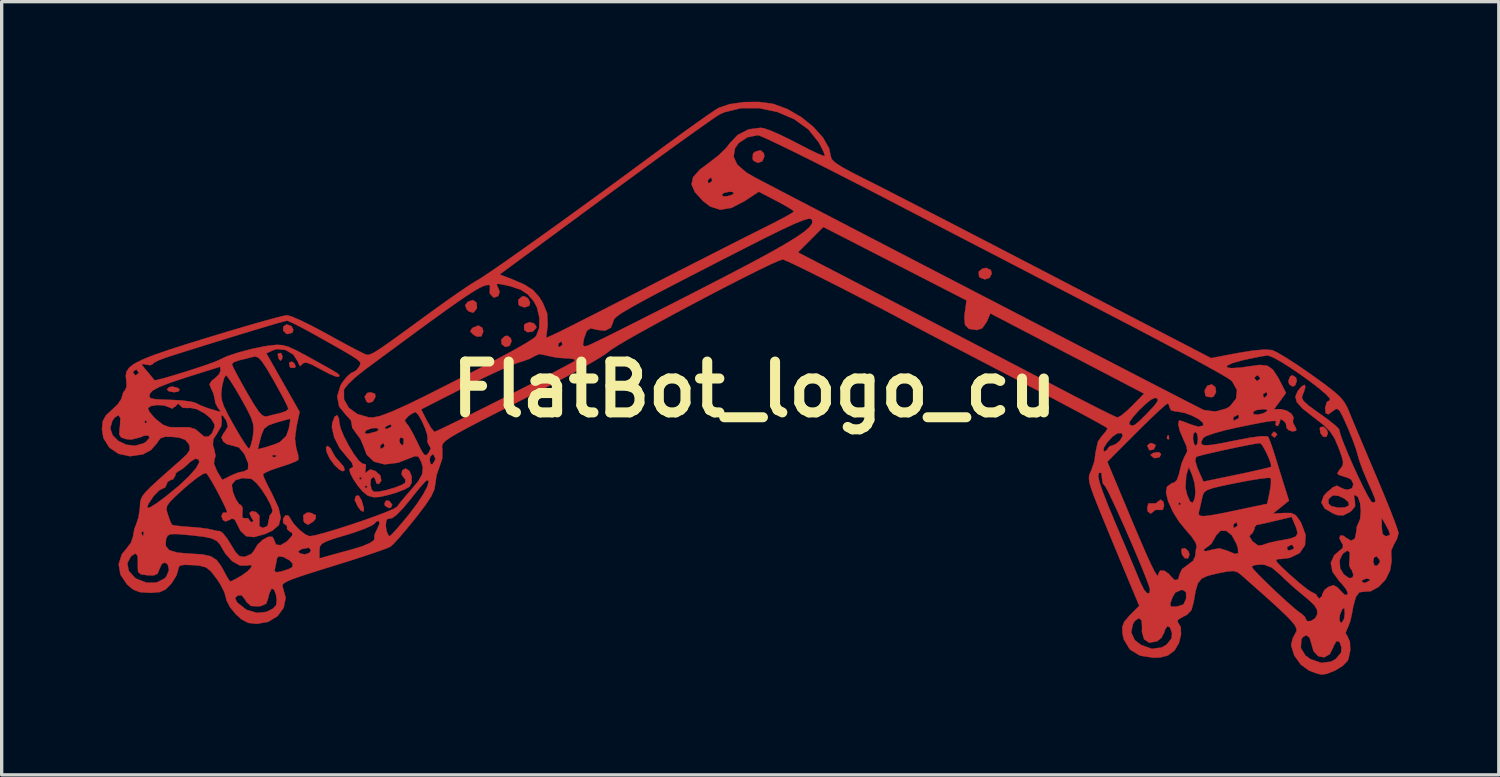
<source format=kicad_pcb>
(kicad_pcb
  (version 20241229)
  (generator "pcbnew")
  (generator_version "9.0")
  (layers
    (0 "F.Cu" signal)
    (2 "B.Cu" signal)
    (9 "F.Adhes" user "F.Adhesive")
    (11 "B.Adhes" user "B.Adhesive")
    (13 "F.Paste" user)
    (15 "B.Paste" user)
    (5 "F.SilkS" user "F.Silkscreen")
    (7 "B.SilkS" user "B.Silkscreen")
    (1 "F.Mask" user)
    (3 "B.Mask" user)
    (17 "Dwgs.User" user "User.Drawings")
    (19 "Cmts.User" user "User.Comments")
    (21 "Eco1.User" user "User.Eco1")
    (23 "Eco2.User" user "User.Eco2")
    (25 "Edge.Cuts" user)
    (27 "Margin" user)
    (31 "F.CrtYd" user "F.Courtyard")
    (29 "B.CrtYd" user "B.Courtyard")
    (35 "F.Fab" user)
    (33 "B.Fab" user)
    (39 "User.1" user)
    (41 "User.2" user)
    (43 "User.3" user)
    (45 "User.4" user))
  (footprint "FlatBot_logo_cu"
    (layer "F.Cu")
    (at 19.563 8.621)
    (property "Reference" "FlatBot_logo_cu" (at 0 0 0) (layer "F.SilkS") (effects (font (size 1.524 1.524) (thickness 0.3))))
    (attr through_hole)
    (fp_poly (pts (xy 12.418 1.383) (xy 12.428 1.483) (xy 12.418 1.496) (xy 12.367 1.484) (xy 12.361 1.439) (xy 12.392 1.37) (xy 12.418 1.383)) (stroke (width 0.01) (type solid)) (fill yes) (layer "F.Cu"))
    (fp_poly (pts (xy -14.147 -0.998) (xy -14.157 -0.92) (xy -14.204 -0.856) (xy -14.259 -0.92) (xy -14.29 -1.045) (xy -14.275 -1.078) (xy -14.191 -1.092) (xy -14.147 -0.998)) (stroke (width 0.01) (type solid)) (fill yes) (layer "F.Cu"))
    (fp_poly (pts (xy -13.792 -0.787) (xy -13.75 -0.681) (xy -13.787 -0.643) (xy -13.902 -0.651) (xy -13.93 -0.682) (xy -13.95 -0.802) (xy -13.868 -0.834) (xy -13.792 -0.787)) (stroke (width 0.01) (type solid)) (fill yes) (layer "F.Cu"))
    (fp_poly (pts (xy -10.94 3.344) (xy -10.857 3.455) (xy -10.894 3.542) (xy -10.957 3.556) (xy -11.074 3.488) (xy -11.091 3.422) (xy -11.042 3.329) (xy -10.94 3.344)) (stroke (width 0.01) (type solid)) (fill yes) (layer "F.Cu"))
    (fp_poly (pts (xy -17.284 -0.046) (xy -17.23 0) (xy -17.26 0.063) (xy -17.394 0.085) (xy -17.555 0.056) (xy -17.611 0) (xy -17.54 -0.069) (xy -17.446 -0.085) (xy -17.284 -0.046)) (stroke (width 0.01) (type solid)) (fill yes) (layer "F.Cu"))
    (fp_poly (pts (xy -11.373 0.132) (xy -11.36 0.226) (xy -11.441 0.369) (xy -11.566 0.404) (xy -11.626 0.369) (xy -11.686 0.223) (xy -11.61 0.109) (xy -11.508 0.085) (xy -11.373 0.132)) (stroke (width 0.01) (type solid)) (fill yes) (layer "F.Cu"))
    (fp_poly (pts (xy -7.304 -1.538) (xy -7.281 -1.439) (xy -7.342 -1.303) (xy -7.47 -1.273) (xy -7.578 -1.355) (xy -7.589 -1.497) (xy -7.479 -1.596) (xy -7.403 -1.609) (xy -7.304 -1.538)) (stroke (width 0.01) (type solid)) (fill yes) (layer "F.Cu"))
    (fp_poly (pts (xy 12.008 1.652) (xy 12.023 1.688) (xy 11.967 1.799) (xy 11.858 1.825) (xy 11.823 1.804) (xy 11.771 1.681) (xy 11.862 1.611) (xy 11.896 1.609) (xy 12.008 1.652)) (stroke (width 0.01) (type solid)) (fill yes) (layer "F.Cu"))
    (fp_poly (pts (xy 12.188 1.938) (xy 12.143 2.03) (xy 12.007 2.062) (xy 11.94 2.033) (xy 11.865 1.963) (xy 11.946 1.907) (xy 11.965 1.899) (xy 12.121 1.879) (xy 12.188 1.938)) (stroke (width 0.01) (type solid)) (fill yes) (layer "F.Cu"))
    (fp_poly (pts (xy 13.009 4.853) (xy 13.039 4.958) (xy 12.991 5.067) (xy 12.892 5.056) (xy 12.814 4.949) (xy 12.794 4.811) (xy 12.811 4.772) (xy 12.912 4.761) (xy 13.009 4.853)) (stroke (width 0.01) (type solid)) (fill yes) (layer "F.Cu"))
    (fp_poly (pts (xy 15.661 1.334) (xy 15.663 1.355) (xy 15.599 1.437) (xy 15.579 1.439) (xy 15.496 1.375) (xy 15.494 1.355) (xy 15.558 1.272) (xy 15.579 1.27) (xy 15.661 1.334)) (stroke (width 0.01) (type solid)) (fill yes) (layer "F.Cu"))
    (fp_poly (pts (xy 16.232 -0.353) (xy 16.256 -0.254) (xy 16.203 -0.116) (xy 16.129 -0.085) (xy 16.026 -0.155) (xy 16.002 -0.254) (xy 16.055 -0.392) (xy 16.129 -0.423) (xy 16.232 -0.353)) (stroke (width 0.01) (type solid)) (fill yes) (layer "F.Cu"))
    (fp_poly (pts (xy 17.157 1.212) (xy 17.187 1.317) (xy 17.14 1.426) (xy 17.04 1.415) (xy 16.963 1.309) (xy 16.943 1.17) (xy 16.96 1.131) (xy 17.06 1.12) (xy 17.157 1.212)) (stroke (width 0.01) (type solid)) (fill yes) (layer "F.Cu"))
    (fp_poly (pts (xy -13.876 -1.895) (xy -13.818 -1.782) (xy -13.855 -1.697) (xy -13.992 -1.659) (xy -14.034 -1.669) (xy -14.127 -1.763) (xy -14.122 -1.883) (xy -14.025 -1.947) (xy -14.017 -1.947) (xy -13.876 -1.895)) (stroke (width 0.01) (type solid)) (fill yes) (layer "F.Cu"))
    (fp_poly (pts (xy -13.293 3.701) (xy -13.144 3.773) (xy -13.157 3.883) (xy -13.225 3.962) (xy -13.38 4.058) (xy -13.491 3.991) (xy -13.514 3.941) (xy -13.523 3.767) (xy -13.405 3.69) (xy -13.293 3.701)) (stroke (width 0.01) (type solid)) (fill yes) (layer "F.Cu"))
    (fp_poly (pts (xy -11.777 3.322) (xy -11.769 3.343) (xy -11.705 3.565) (xy -11.718 3.667) (xy -11.796 3.633) (xy -11.886 3.516) (xy -11.982 3.316) (xy -11.949 3.194) (xy -11.863 3.18) (xy -11.777 3.322)) (stroke (width 0.01) (type solid)) (fill yes) (layer "F.Cu"))
    (fp_poly (pts (xy -8.33 -2.603) (xy -8.317 -2.443) (xy -8.326 -2.419) (xy -8.426 -2.297) (xy -8.563 -2.337) (xy -8.627 -2.402) (xy -8.672 -2.525) (xy -8.591 -2.627) (xy -8.439 -2.678) (xy -8.33 -2.603)) (stroke (width 0.01) (type solid)) (fill yes) (layer "F.Cu"))
    (fp_poly (pts (xy -8.155 -1.845) (xy -8.128 -1.736) (xy -8.181 -1.592) (xy -8.319 -1.581) (xy -8.42 -1.637) (xy -8.519 -1.733) (xy -8.476 -1.818) (xy -8.436 -1.853) (xy -8.273 -1.916) (xy -8.155 -1.845)) (stroke (width 0.01) (type solid)) (fill yes) (layer "F.Cu"))
    (fp_poly (pts (xy -6.787 -2.732) (xy -6.725 -2.603) (xy -6.751 -2.506) (xy -6.896 -2.457) (xy -7.045 -2.51) (xy -7.07 -2.54) (xy -7.08 -2.682) (xy -6.972 -2.782) (xy -6.904 -2.794) (xy -6.787 -2.732)) (stroke (width 0.01) (type solid)) (fill yes) (layer "F.Cu"))
    (fp_poly (pts (xy -6.605 -1.978) (xy -6.535 -1.882) (xy -6.54 -1.841) (xy -6.645 -1.733) (xy -6.8 -1.714) (xy -6.902 -1.781) (xy -6.906 -1.918) (xy -6.873 -1.966) (xy -6.743 -2.016) (xy -6.605 -1.978)) (stroke (width 0.01) (type solid)) (fill yes) (layer "F.Cu"))
    (fp_poly (pts (xy 0.283 -7.076) (xy 0.296 -6.979) (xy 0.236 -6.838) (xy 0.105 -6.789) (xy -0.023 -6.848) (xy -0.055 -6.903) (xy -0.045 -7.062) (xy 0.009 -7.119) (xy 0.183 -7.17) (xy 0.283 -7.076)) (stroke (width 0.01) (type solid)) (fill yes) (layer "F.Cu"))
    (fp_poly (pts (xy 7.086 -3.578) (xy 7.112 -3.471) (xy 7.047 -3.343) (xy 6.904 -3.297) (xy 6.761 -3.349) (xy 6.731 -3.387) (xy 6.718 -3.527) (xy 6.836 -3.623) (xy 6.948 -3.641) (xy 7.086 -3.578)) (stroke (width 0.01) (type solid)) (fill yes) (layer "F.Cu"))
    (fp_poly (pts (xy 13.816 -0.064) (xy 13.836 0.084) (xy 13.765 0.209) (xy 13.703 0.236) (xy 13.555 0.218) (xy 13.512 0.182) (xy 13.492 0.029) (xy 13.571 -0.108) (xy 13.705 -0.151) (xy 13.816 -0.064)) (stroke (width 0.01) (type solid)) (fill yes) (layer "F.Cu"))
    (fp_poly (pts (xy -12.704 1.763) (xy -12.661 1.852) (xy -12.56 2.03) (xy -12.444 2.161) (xy -12.308 2.318) (xy -12.283 2.426) (xy -12.347 2.455) (xy -12.448 2.399) (xy -12.591 2.265) (xy -12.729 2.077) (xy -12.819 1.887) (xy -12.844 1.743) (xy -12.796 1.693) (xy -12.704 1.763)) (stroke (width 0.01) (type solid)) (fill yes) (layer "F.Cu"))
    (fp_poly (pts (xy 12.256 3.367) (xy 12.277 3.48) (xy 12.239 3.611) (xy 12.152 3.611) (xy 12.016 3.612) (xy 11.978 3.644) (xy 11.873 3.725) (xy 11.789 3.661) (xy 11.769 3.547) (xy 11.807 3.417) (xy 11.893 3.416) (xy 12.029 3.415) (xy 12.067 3.383) (xy 12.172 3.303) (xy 12.256 3.367)) (stroke (width 0.01) (type solid)) (fill yes) (layer "F.Cu"))
    (fp_poly (pts (xy -12.454 0.872) (xy -12.446 0.977) (xy -12.407 1.16) (xy -12.305 1.407) (xy -12.165 1.678) (xy -12.01 1.932) (xy -11.864 2.129) (xy -11.75 2.227) (xy -11.719 2.229) (xy -11.646 2.25) (xy -11.655 2.385) (xy -11.671 2.508) (xy -11.626 2.48) (xy -11.617 2.468) (xy -11.516 2.397) (xy -11.359 2.448) (xy -11.356 2.45) (xy -11.209 2.586) (xy -11.184 2.74) (xy -11.261 2.836) (xy -11.333 2.817) (xy -11.345 2.757) (xy -11.39 2.641) (xy -11.43 2.625) (xy -11.497 2.692) (xy -11.512 2.84) (xy -11.478 2.993) (xy -11.41 3.069) (xy -11.264 3.066) (xy -11.03 3.017) (xy -10.773 2.941) (xy -10.561 2.857) (xy -10.473 2.802) (xy -10.459 2.701) (xy -10.491 2.672) (xy -10.576 2.555) (xy -10.56 2.428) (xy -10.458 2.371) (xy -10.341 2.442) (xy -10.275 2.606) (xy -10.275 2.793) (xy -10.34 2.916) (xy -10.483 2.996) (xy -10.728 3.091) (xy -10.928 3.152) (xy -11.223 3.222) (xy -11.418 3.233) (xy -11.573 3.189) (xy -11.606 3.172) (xy -11.74 3.063) (xy -11.861 2.921) (xy -11.684 2.921) (xy -11.642 2.963) (xy -11.599 2.921) (xy -11.642 2.879) (xy -11.684 2.921) (xy -11.861 2.921) (xy -11.887 2.89) (xy -12.021 2.692) (xy -12.034 2.667) (xy -11.853 2.667) (xy -11.811 2.709) (xy -11.769 2.667) (xy -11.811 2.625) (xy -11.853 2.667) (xy -12.034 2.667) (xy -12.115 2.514) (xy -12.142 2.395) (xy -12.113 2.371) (xy -12.028 2.322) (xy -12.066 2.197) (xy -12.197 2.045) (xy -12.431 1.764) (xy -12.595 1.442) (xy -12.665 1.138) (xy -12.656 1.007) (xy -12.585 0.818) (xy -12.507 0.771) (xy -12.454 0.872)) (stroke (width 0.01) (type solid)) (fill yes) (layer "F.Cu"))
    (fp_poly (pts (xy 0.546 -8.562) (xy 0.567 -8.557) (xy 0.992 -8.4) (xy 1.402 -8.161) (xy 1.767 -7.867) (xy 2.055 -7.545) (xy 2.238 -7.224) (xy 2.286 -6.988) (xy 2.316 -6.898) (xy 2.422 -6.795) (xy 2.623 -6.663) (xy 2.942 -6.49) (xy 3.281 -6.319) (xy 3.571 -6.173) (xy 3.99 -5.96) (xy 4.516 -5.69) (xy 5.127 -5.376) (xy 5.802 -5.029) (xy 6.518 -4.658) (xy 7.255 -4.277) (xy 7.62 -4.087) (xy 8.378 -3.694) (xy 9.141 -3.297) (xy 9.887 -2.91) (xy 10.589 -2.545) (xy 11.224 -2.215) (xy 11.768 -1.933) (xy 12.195 -1.711) (xy 12.326 -1.643) (xy 13.687 -0.937) (xy 14.485 -1.09) (xy 14.937 -1.164) (xy 15.291 -1.194) (xy 15.514 -1.178) (xy 15.517 -1.177) (xy 15.671 -1.105) (xy 15.929 -0.953) (xy 16.257 -0.742) (xy 16.621 -0.492) (xy 16.702 -0.435) (xy 17.094 -0.152) (xy 17.37 0.062) (xy 17.559 0.234) (xy 17.684 0.388) (xy 17.773 0.551) (xy 17.815 0.65) (xy 17.899 0.856) (xy 18.037 1.186) (xy 18.214 1.607) (xy 18.417 2.086) (xy 18.632 2.593) (xy 18.641 2.613) (xy 18.844 3.097) (xy 19.022 3.533) (xy 19.165 3.897) (xy 19.262 4.161) (xy 19.303 4.3) (xy 19.304 4.309) (xy 19.257 4.482) (xy 19.169 4.642) (xy 19.086 4.829) (xy 19.086 4.966) (xy 19.097 5.129) (xy 19.062 5.367) (xy 19.047 5.432) (xy 18.916 5.7) (xy 18.708 5.919) (xy 18.468 6.05) (xy 18.266 6.063) (xy 18.129 6.081) (xy 18.025 6.222) (xy 17.946 6.506) (xy 17.915 6.684) (xy 17.859 6.941) (xy 17.788 7.134) (xy 17.763 7.175) (xy 17.715 7.307) (xy 17.767 7.387) (xy 17.846 7.564) (xy 17.858 7.819) (xy 17.803 8.076) (xy 17.773 8.141) (xy 17.63 8.287) (xy 17.396 8.429) (xy 17.146 8.527) (xy 17 8.548) (xy 16.852 8.514) (xy 16.639 8.435) (xy 16.621 8.427) (xy 16.373 8.246) (xy 16.179 7.975) (xy 16.11 7.753) (xy 16.376 7.753) (xy 16.515 7.976) (xy 16.664 8.083) (xy 16.992 8.198) (xy 17.284 8.158) (xy 17.427 8.077) (xy 17.581 7.889) (xy 17.594 7.736) (xy 17.535 7.564) (xy 17.444 7.544) (xy 17.363 7.681) (xy 17.355 7.713) (xy 17.243 7.937) (xy 17.076 8.031) (xy 16.899 7.998) (xy 16.756 7.846) (xy 16.695 7.633) (xy 16.636 7.438) (xy 16.533 7.367) (xy 16.426 7.434) (xy 16.39 7.505) (xy 16.376 7.753) (xy 16.11 7.753) (xy 16.088 7.684) (xy 16.087 7.643) (xy 16.134 7.455) (xy 16.212 7.31) (xy 16.245 7.245) (xy 16.246 7.172) (xy 16.201 7.077) (xy 16.098 6.946) (xy 15.924 6.766) (xy 15.666 6.522) (xy 15.312 6.202) (xy 14.848 5.791) (xy 14.59 5.563) (xy 14.477 5.478) (xy 14.357 5.443) (xy 14.179 5.456) (xy 13.89 5.512) (xy 13.872 5.516) (xy 13.585 5.586) (xy 13.402 5.671) (xy 13.291 5.81) (xy 13.221 6.041) (xy 13.163 6.377) (xy 13.096 6.618) (xy 12.959 6.758) (xy 12.854 6.81) (xy 12.696 6.901) (xy 12.681 6.972) (xy 12.689 6.978) (xy 12.777 7.121) (xy 12.785 7.348) (xy 12.723 7.599) (xy 12.598 7.813) (xy 12.577 7.836) (xy 12.39 7.975) (xy 12.158 8.035) (xy 11.963 8.043) (xy 11.553 7.979) (xy 11.252 7.795) (xy 11.072 7.498) (xy 11.036 7.349) (xy 11.031 7.282) (xy 11.291 7.282) (xy 11.396 7.512) (xy 11.584 7.659) (xy 11.912 7.775) (xy 12.204 7.735) (xy 12.347 7.654) (xy 12.501 7.465) (xy 12.514 7.313) (xy 12.457 7.136) (xy 12.374 7.096) (xy 12.304 7.202) (xy 12.291 7.265) (xy 12.198 7.447) (xy 12.061 7.553) (xy 11.833 7.592) (xy 11.677 7.489) (xy 11.612 7.263) (xy 11.617 7.138) (xy 11.605 6.927) (xy 11.524 6.855) (xy 11.405 6.935) (xy 11.344 7.031) (xy 11.291 7.282) (xy 11.031 7.282) (xy 11.021 7.133) (xy 11.08 6.968) (xy 11.241 6.78) (xy 11.26 6.761) (xy 11.534 6.487) (xy 11.508 6.425) (xy 12.461 6.425) (xy 12.479 6.506) (xy 12.604 6.512) (xy 12.679 6.504) (xy 12.86 6.443) (xy 12.933 6.283) (xy 12.938 6.244) (xy 12.933 6.073) (xy 12.842 6.014) (xy 12.788 6.011) (xy 12.613 6.09) (xy 12.529 6.229) (xy 12.461 6.425) (xy 11.508 6.425) (xy 11.353 6.058) (xy 11.262 5.841) (xy 11.12 5.501) (xy 10.942 5.074) (xy 10.743 4.594) (xy 10.565 4.163) (xy 10.354 3.65) (xy 10.201 3.269) (xy 10.099 2.994) (xy 10.042 2.802) (xy 10.024 2.667) (xy 10.032 2.599) (xy 10.303 2.599) (xy 10.339 2.776) (xy 10.435 3.06) (xy 10.594 3.468) (xy 10.813 3.993) (xy 11.017 4.474) (xy 11.21 4.931) (xy 11.377 5.328) (xy 11.503 5.63) (xy 11.562 5.772) (xy 11.676 6.003) (xy 11.774 6.116) (xy 11.839 6.098) (xy 11.853 5.999) (xy 11.821 5.882) (xy 11.733 5.645) (xy 11.602 5.319) (xy 11.44 4.93) (xy 11.259 4.509) (xy 11.072 4.083) (xy 10.892 3.682) (xy 10.731 3.333) (xy 10.602 3.066) (xy 10.517 2.908) (xy 10.491 2.879) (xy 10.435 2.806) (xy 10.414 2.65) (xy 10.396 2.5) (xy 10.336 2.5) (xy 10.32 2.516) (xy 10.303 2.599) (xy 10.032 2.599) (xy 10.036 2.564) (xy 10.074 2.47) (xy 10.095 2.428) (xy 10.184 2.169) (xy 10.576 2.169) (xy 11.265 3.815) (xy 11.528 4.438) (xy 11.734 4.914) (xy 11.889 5.254) (xy 11.998 5.47) (xy 12.067 5.573) (xy 12.101 5.573) (xy 12.107 5.52) (xy 12.162 5.429) (xy 12.287 5.436) (xy 12.424 5.532) (xy 12.466 5.588) (xy 12.595 5.716) (xy 12.7 5.695) (xy 12.742 5.54) (xy 12.815 5.386) (xy 12.914 5.313) (xy 14.901 5.313) (xy 14.959 5.395) (xy 15.114 5.561) (xy 15.337 5.782) (xy 15.595 6.03) (xy 15.861 6.277) (xy 16.104 6.494) (xy 16.293 6.653) (xy 16.398 6.725) (xy 16.5 6.817) (xy 16.51 6.855) (xy 16.563 6.945) (xy 16.68 6.941) (xy 16.729 6.909) (xy 17.531 6.909) (xy 17.566 6.992) (xy 17.611 6.985) (xy 17.673 6.87) (xy 17.694 6.705) (xy 17.681 6.56) (xy 17.637 6.567) (xy 17.611 6.604) (xy 17.545 6.76) (xy 17.531 6.909) (xy 16.729 6.909) (xy 16.803 6.861) (xy 16.868 6.74) (xy 16.863 6.605) (xy 16.776 6.463) (xy 16.581 6.281) (xy 16.473 6.193) (xy 16.187 5.953) (xy 15.906 5.7) (xy 15.751 5.548) (xy 15.509 5.342) (xy 15.284 5.256) (xy 15.181 5.249) (xy 14.992 5.266) (xy 14.902 5.307) (xy 14.901 5.313) (xy 12.914 5.313) (xy 12.975 5.267) (xy 13.144 5.138) (xy 13.208 4.998) (xy 13.228 4.828) (xy 13.462 4.828) (xy 13.53 4.85) (xy 13.693 4.809) (xy 13.7 4.806) (xy 13.936 4.762) (xy 14.176 4.836) (xy 14.187 4.842) (xy 14.403 4.931) (xy 14.499 4.907) (xy 14.489 4.758) (xy 14.484 4.741) (xy 15.96 4.741) (xy 15.979 4.814) (xy 16.039 4.826) (xy 16.155 4.782) (xy 16.171 4.741) (xy 16.111 4.659) (xy 16.092 4.657) (xy 15.977 4.718) (xy 15.96 4.741) (xy 14.484 4.741) (xy 14.449 4.635) (xy 14.327 4.407) (xy 14.834 4.407) (xy 14.921 4.543) (xy 14.933 4.557) (xy 15.098 4.68) (xy 15.229 4.664) (xy 15.395 4.606) (xy 15.648 4.548) (xy 15.748 4.53) (xy 16.058 4.472) (xy 16.225 4.408) (xy 16.278 4.313) (xy 16.242 4.161) (xy 16.213 4.091) (xy 16.1 3.822) (xy 15.606 3.94) (xy 15.333 4.004) (xy 15.128 4.048) (xy 15.05 4.061) (xy 14.992 4.132) (xy 14.986 4.184) (xy 14.923 4.316) (xy 14.88 4.341) (xy 14.834 4.407) (xy 14.327 4.407) (xy 14.309 4.373) (xy 14.139 4.238) (xy 13.968 4.239) (xy 13.828 4.385) (xy 13.8 4.447) (xy 13.694 4.626) (xy 13.59 4.71) (xy 13.478 4.789) (xy 13.462 4.828) (xy 13.228 4.828) (xy 13.232 4.795) (xy 13.254 4.72) (xy 13.224 4.594) (xy 13.091 4.397) (xy 12.956 4.245) (xy 12.807 4.064) (xy 14.351 4.064) (xy 14.358 4.142) (xy 14.388 4.149) (xy 14.475 4.087) (xy 14.478 4.064) (xy 14.449 3.982) (xy 14.441 3.979) (xy 14.368 4.039) (xy 14.351 4.064) (xy 12.807 4.064) (xy 12.724 3.963) (xy 12.587 3.741) (xy 13.313 3.741) (xy 13.352 3.787) (xy 13.462 3.799) (xy 13.668 3.776) (xy 13.992 3.717) (xy 14.457 3.621) (xy 14.478 3.616) (xy 15.367 3.429) (xy 15.443 3.067) (xy 15.479 2.836) (xy 15.479 2.682) (xy 15.469 2.656) (xy 15.371 2.652) (xy 15.142 2.679) (xy 14.817 2.732) (xy 14.443 2.803) (xy 14.028 2.889) (xy 13.749 2.954) (xy 13.578 3.013) (xy 13.484 3.078) (xy 13.439 3.162) (xy 13.416 3.257) (xy 13.365 3.493) (xy 13.323 3.662) (xy 13.313 3.741) (xy 12.587 3.741) (xy 12.531 3.65) (xy 12.433 3.429) (xy 12.7 3.429) (xy 12.742 3.471) (xy 12.785 3.429) (xy 12.742 3.387) (xy 12.7 3.429) (xy 12.433 3.429) (xy 12.396 3.345) (xy 12.334 3.088) (xy 12.359 2.946) (xy 12.918 2.946) (xy 12.966 3.156) (xy 13.056 3.36) (xy 13.136 3.397) (xy 13.195 3.271) (xy 13.217 3.089) (xy 13.193 2.821) (xy 13.124 2.582) (xy 13.017 2.328) (xy 12.941 2.582) (xy 12.918 2.946) (xy 12.359 2.946) (xy 12.364 2.918) (xy 12.369 2.912) (xy 12.509 2.81) (xy 12.576 2.794) (xy 12.659 2.719) (xy 12.728 2.529) (xy 12.741 2.463) (xy 12.806 2.206) (xy 12.841 2.125) (xy 13.207 2.125) (xy 13.272 2.347) (xy 13.303 2.419) (xy 13.455 2.764) (xy 14.454 2.557) (xy 14.843 2.475) (xy 15.167 2.402) (xy 15.392 2.348) (xy 15.486 2.319) (xy 15.486 2.319) (xy 15.478 2.229) (xy 15.413 2.052) (xy 15.319 1.85) (xy 15.224 1.682) (xy 15.156 1.609) (xy 15.154 1.609) (xy 15.024 1.626) (xy 14.777 1.672) (xy 14.457 1.736) (xy 14.105 1.811) (xy 13.764 1.887) (xy 13.479 1.953) (xy 13.291 2.003) (xy 13.243 2.02) (xy 13.207 2.125) (xy 12.841 2.125) (xy 12.894 2.002) (xy 12.91 1.978) (xy 12.971 1.853) (xy 12.952 1.708) (xy 12.861 1.508) (xy 12.85 1.482) (xy 13.143 1.482) (xy 13.179 1.641) (xy 13.226 1.693) (xy 13.276 1.621) (xy 13.281 1.576) (xy 13.39 1.576) (xy 13.403 1.652) (xy 13.514 1.678) (xy 13.739 1.659) (xy 14.1 1.595) (xy 14.361 1.541) (xy 14.853 1.447) (xy 15.187 1.402) (xy 15.367 1.405) (xy 15.4 1.425) (xy 15.453 1.55) (xy 15.534 1.781) (xy 15.606 2.006) (xy 15.717 2.365) (xy 15.833 2.739) (xy 15.889 2.917) (xy 16.021 3.336) (xy 15.779 3.53) (xy 15.536 3.724) (xy 15.87 3.704) (xy 16.088 3.705) (xy 16.225 3.771) (xy 16.348 3.94) (xy 16.387 4.006) (xy 16.52 4.364) (xy 16.5 4.671) (xy 16.339 4.907) (xy 16.049 5.049) (xy 15.79 5.082) (xy 15.674 5.088) (xy 15.631 5.118) (xy 15.673 5.193) (xy 15.813 5.336) (xy 16.065 5.569) (xy 16.087 5.588) (xy 16.346 5.814) (xy 16.566 5.988) (xy 16.712 6.083) (xy 16.743 6.093) (xy 16.841 6.149) (xy 16.849 6.181) (xy 16.913 6.263) (xy 16.933 6.265) (xy 17.009 6.197) (xy 17.018 6.141) (xy 17.085 6.01) (xy 17.203 5.918) (xy 17.358 5.867) (xy 17.481 5.939) (xy 17.534 6) (xy 17.685 6.155) (xy 17.766 6.159) (xy 17.78 6.089) (xy 17.725 5.977) (xy 17.586 5.807) (xy 17.536 5.755) (xy 18.203 5.755) (xy 18.265 5.801) (xy 18.33 5.788) (xy 18.442 5.728) (xy 18.457 5.706) (xy 18.388 5.676) (xy 18.33 5.673) (xy 18.218 5.717) (xy 18.203 5.755) (xy 17.536 5.755) (xy 17.526 5.744) (xy 17.324 5.466) (xy 17.273 5.2) (xy 17.307 5.125) (xy 17.536 5.125) (xy 17.555 5.363) (xy 17.659 5.54) (xy 17.822 5.658) (xy 17.926 5.642) (xy 17.949 5.551) (xy 17.9 5.408) (xy 17.867 5.378) (xy 17.824 5.268) (xy 17.831 5.162) (xy 18.542 5.162) (xy 18.584 5.284) (xy 18.664 5.282) (xy 18.746 5.178) (xy 18.739 5.115) (xy 18.651 5.003) (xy 18.568 5.04) (xy 18.542 5.162) (xy 17.831 5.162) (xy 17.836 5.077) (xy 17.843 4.883) (xy 17.769 4.831) (xy 17.628 4.928) (xy 17.536 5.125) (xy 17.307 5.125) (xy 17.375 4.971) (xy 17.489 4.872) (xy 17.632 4.754) (xy 17.638 4.654) (xy 17.608 4.612) (xy 17.532 4.462) (xy 17.559 4.374) (xy 17.661 4.391) (xy 17.72 4.439) (xy 17.881 4.535) (xy 17.994 4.475) (xy 18.034 4.285) (xy 18.053 4.128) (xy 18.799 4.128) (xy 18.828 4.337) (xy 18.923 4.403) (xy 19.034 4.368) (xy 19.047 4.339) (xy 19.007 4.226) (xy 18.923 4.064) (xy 18.802 3.852) (xy 18.799 4.128) (xy 18.053 4.128) (xy 18.055 4.11) (xy 18.088 4.038) (xy 18.153 3.883) (xy 18.174 3.646) (xy 18.152 3.404) (xy 18.089 3.232) (xy 18.07 3.212) (xy 17.981 3.155) (xy 17.971 3.221) (xy 17.994 3.323) (xy 18.003 3.505) (xy 17.892 3.642) (xy 17.829 3.686) (xy 17.644 3.778) (xy 17.469 3.767) (xy 17.353 3.724) (xy 17.088 3.568) (xy 17.009 3.424) (xy 17.206 3.424) (xy 17.293 3.5) (xy 17.501 3.545) (xy 17.703 3.535) (xy 17.82 3.475) (xy 17.8 3.375) (xy 17.675 3.269) (xy 17.504 3.191) (xy 17.347 3.176) (xy 17.326 3.182) (xy 17.206 3.289) (xy 17.206 3.424) (xy 17.009 3.424) (xy 16.99 3.39) (xy 17.061 3.192) (xy 17.154 3.089) (xy 17.342 2.931) (xy 17.46 2.885) (xy 17.552 2.933) (xy 17.556 2.937) (xy 17.681 2.991) (xy 17.782 3.007) (xy 17.913 2.96) (xy 17.95 2.838) (xy 17.89 2.709) (xy 17.801 2.656) (xy 17.606 2.594) (xy 17.536 2.572) (xy 17.467 2.523) (xy 17.524 2.421) (xy 17.555 2.385) (xy 17.626 2.288) (xy 17.642 2.179) (xy 17.601 2.007) (xy 17.503 1.738) (xy 17.387 1.469) (xy 17.254 1.263) (xy 17.061 1.07) (xy 16.769 0.842) (xy 16.741 0.821) (xy 16.43 0.576) (xy 16.257 0.384) (xy 16.211 0.218) (xy 16.281 0.05) (xy 16.392 -0.082) (xy 16.486 -0.14) (xy 16.512 -0.074) (xy 16.467 0.083) (xy 16.429 0.163) (xy 16.408 0.253) (xy 16.462 0.353) (xy 16.612 0.488) (xy 16.88 0.683) (xy 16.937 0.722) (xy 17.205 0.916) (xy 17.41 1.08) (xy 17.517 1.187) (xy 17.526 1.206) (xy 17.559 1.343) (xy 17.648 1.587) (xy 17.777 1.902) (xy 17.93 2.254) (xy 18.093 2.61) (xy 18.249 2.934) (xy 18.383 3.193) (xy 18.48 3.353) (xy 18.516 3.387) (xy 18.584 3.383) (xy 18.612 3.353) (xy 18.594 3.264) (xy 18.522 3.086) (xy 18.388 2.787) (xy 18.373 2.753) (xy 18.24 2.438) (xy 18.135 2.155) (xy 18.079 1.963) (xy 18.079 1.961) (xy 18.026 1.776) (xy 17.923 1.492) (xy 17.791 1.168) (xy 17.77 1.12) (xy 17.633 0.816) (xy 17.54 0.644) (xy 17.468 0.581) (xy 17.399 0.6) (xy 17.359 0.633) (xy 17.201 0.747) (xy 17.123 0.717) (xy 17.103 0.557) (xy 17.156 0.378) (xy 17.245 0.324) (xy 17.245 0.269) (xy 17.128 0.145) (xy 16.924 -0.03) (xy 16.659 -0.234) (xy 16.361 -0.449) (xy 16.058 -0.655) (xy 15.778 -0.831) (xy 15.549 -0.957) (xy 15.397 -1.015) (xy 15.38 -1.016) (xy 15.243 -0.998) (xy 14.992 -0.951) (xy 14.68 -0.885) (xy 14.647 -0.877) (xy 14.326 -0.789) (xy 14.166 -0.713) (xy 14.16 -0.659) (xy 14.298 -0.636) (xy 14.574 -0.654) (xy 14.807 -0.689) (xy 15.147 -0.734) (xy 15.376 -0.709) (xy 15.542 -0.589) (xy 15.698 -0.349) (xy 15.762 -0.227) (xy 15.932 0.107) (xy 15.753 0.35) (xy 15.574 0.593) (xy 15.777 0.593) (xy 15.953 0.635) (xy 16.098 0.734) (xy 16.163 0.847) (xy 16.142 0.904) (xy 16.142 1.004) (xy 16.184 1.074) (xy 16.242 1.196) (xy 16.229 1.24) (xy 16.128 1.261) (xy 16.004 1.218) (xy 15.94 1.146) (xy 15.945 1.122) (xy 15.925 1.02) (xy 15.866 0.949) (xy 15.772 0.886) (xy 15.748 0.96) (xy 15.748 0.97) (xy 15.701 1.085) (xy 15.658 1.101) (xy 15.608 1.049) (xy 15.621 1.016) (xy 15.639 0.969) (xy 15.604 0.945) (xy 15.494 0.948) (xy 15.287 0.979) (xy 14.96 1.041) (xy 14.49 1.137) (xy 14.489 1.137) (xy 14.102 1.225) (xy 13.776 1.315) (xy 13.547 1.395) (xy 13.453 1.451) (xy 13.39 1.576) (xy 13.281 1.576) (xy 13.293 1.482) (xy 13.264 1.323) (xy 13.209 1.27) (xy 13.152 1.342) (xy 13.143 1.482) (xy 12.85 1.482) (xy 12.75 1.248) (xy 12.701 1.045) (xy 12.722 0.939) (xy 12.745 0.931) (xy 12.846 0.961) (xy 13.035 1.034) (xy 13.075 1.05) (xy 13.307 1.12) (xy 13.442 1.086) (xy 13.451 1.078) (xy 13.44 0.995) (xy 13.312 0.89) (xy 13.231 0.847) (xy 14.351 0.847) (xy 14.355 0.925) (xy 14.383 0.931) (xy 14.503 0.87) (xy 14.52 0.847) (xy 14.516 0.769) (xy 14.488 0.762) (xy 14.368 0.824) (xy 14.351 0.847) (xy 13.231 0.847) (xy 13.112 0.784) (xy 12.884 0.701) (xy 12.748 0.677) (xy 14.944 0.677) (xy 14.959 0.743) (xy 15.076 0.757) (xy 15.235 0.722) (xy 15.325 0.677) (xy 15.383 0.618) (xy 15.295 0.596) (xy 15.224 0.594) (xy 15.036 0.621) (xy 14.944 0.677) (xy 12.748 0.677) (xy 12.675 0.665) (xy 12.636 0.665) (xy 12.481 0.626) (xy 12.446 0.549) (xy 12.411 0.437) (xy 12.381 0.423) (xy 12.301 0.48) (xy 12.126 0.637) (xy 11.877 0.872) (xy 11.579 1.164) (xy 11.446 1.296) (xy 10.576 2.169) (xy 10.184 2.169) (xy 10.189 2.156) (xy 10.223 1.883) (xy 10.232 1.846) (xy 10.46 1.846) (xy 10.496 1.863) (xy 10.58 1.8) (xy 10.583 1.778) (xy 10.651 1.701) (xy 10.697 1.693) (xy 10.837 1.635) (xy 10.957 1.532) (xy 11.04 1.385) (xy 11 1.306) (xy 10.875 1.319) (xy 10.739 1.409) (xy 10.574 1.586) (xy 10.473 1.745) (xy 10.46 1.846) (xy 10.232 1.846) (xy 10.293 1.568) (xy 10.4 1.412) (xy 10.528 1.262) (xy 10.583 1.169) (xy 10.583 1.167) (xy 10.511 1.118) (xy 10.377 1.042) (xy 11.231 1.042) (xy 11.302 1.089) (xy 11.388 1.069) (xy 11.523 0.963) (xy 11.738 0.751) (xy 11.751 0.738) (xy 11.978 0.496) (xy 12.085 0.347) (xy 12.084 0.272) (xy 11.998 0.254) (xy 11.884 0.308) (xy 11.715 0.444) (xy 11.527 0.625) (xy 11.36 0.81) (xy 11.249 0.963) (xy 11.231 1.042) (xy 10.377 1.042) (xy 10.305 1.001) (xy 9.982 0.824) (xy 9.558 0.597) (xy 9.052 0.328) (xy 8.479 0.027) (xy 7.882 -0.284) (xy 7.238 -0.619) (xy 6.623 -0.939) (xy 6.058 -1.234) (xy 5.563 -1.492) (xy 5.16 -1.703) (xy 4.87 -1.856) (xy 4.728 -1.931) (xy 4.252 -2.186) (xy 3.736 -2.457) (xy 3.202 -2.734) (xy 2.674 -3.006) (xy 2.173 -3.26) (xy 1.721 -3.486) (xy 1.34 -3.673) (xy 1.054 -3.81) (xy 0.883 -3.884) (xy 0.848 -3.895) (xy 0.727 -3.855) (xy 0.48 -3.746) (xy 0.128 -3.577) (xy -0.305 -3.36) (xy -0.8 -3.108) (xy -1.333 -2.831) (xy -1.882 -2.542) (xy -2.427 -2.251) (xy -2.944 -1.97) (xy -3.413 -1.712) (xy -3.811 -1.487) (xy -4.116 -1.306) (xy -4.306 -1.183) (xy -4.351 -1.147) (xy -4.499 -1.037) (xy -4.781 -0.863) (xy -5.18 -0.634) (xy -5.678 -0.361) (xy -6.257 -0.054) (xy -6.9 0.278) (xy -7.01 0.334) (xy -7.673 0.672) (xy -8.201 0.942) (xy -8.608 1.155) (xy -8.91 1.319) (xy -9.121 1.444) (xy -9.256 1.539) (xy -9.332 1.614) (xy -9.362 1.678) (xy -9.363 1.741) (xy -9.353 1.791) (xy -9.36 2.086) (xy -9.434 2.298) (xy -9.529 2.57) (xy -9.567 2.839) (xy -9.595 3.002) (xy -9.687 3.202) (xy -9.861 3.467) (xy -10.133 3.824) (xy -10.164 3.863) (xy -10.417 4.174) (xy -10.644 4.441) (xy -10.819 4.632) (xy -10.905 4.711) (xy -11.028 4.765) (xy -11.286 4.858) (xy -11.651 4.982) (xy -12.095 5.126) (xy -12.591 5.281) (xy -12.633 5.294) (xy -13.178 5.463) (xy -13.581 5.593) (xy -13.859 5.691) (xy -14.034 5.767) (xy -14.125 5.828) (xy -14.151 5.883) (xy -14.136 5.933) (xy -14.051 6.246) (xy -14.111 6.544) (xy -14.293 6.795) (xy -14.575 6.967) (xy -14.916 7.027) (xy -15.171 6.999) (xy -15.38 6.888) (xy -15.545 6.739) (xy -15.719 6.527) (xy -15.824 6.323) (xy -15.838 6.255) (xy -15.567 6.255) (xy -15.52 6.36) (xy -15.489 6.399) (xy -15.226 6.605) (xy -14.907 6.699) (xy -14.625 6.668) (xy -14.436 6.572) (xy -14.335 6.466) (xy -14.317 6.315) (xy -14.344 6.142) (xy -14.397 6.007) (xy -14.462 5.968) (xy -14.476 5.978) (xy -14.542 6.115) (xy -14.577 6.265) (xy -14.635 6.422) (xy -14.787 6.491) (xy -14.875 6.503) (xy -15.088 6.492) (xy -15.219 6.38) (xy -15.256 6.316) (xy -15.369 6.17) (xy -15.486 6.176) (xy -15.489 6.178) (xy -15.567 6.255) (xy -15.838 6.255) (xy -15.838 6.253) (xy -15.89 6.073) (xy -16.016 5.83) (xy -16.12 5.673) (xy -16.293 5.451) (xy -16.44 5.334) (xy -16.629 5.283) (xy -16.834 5.266) (xy -17.092 5.258) (xy -17.223 5.283) (xy -17.268 5.354) (xy -17.272 5.408) (xy -17.324 5.578) (xy -17.454 5.789) (xy -17.491 5.836) (xy -17.651 5.997) (xy -17.82 6.074) (xy -18.071 6.096) (xy -18.133 6.096) (xy -18.42 6.077) (xy -18.619 6.002) (xy -18.803 5.849) (xy -19.003 5.552) (xy -19.056 5.237) (xy -19.05 5.216) (xy -18.798 5.216) (xy -18.753 5.44) (xy -18.57 5.644) (xy -18.521 5.677) (xy -18.218 5.794) (xy -17.921 5.789) (xy -17.681 5.667) (xy -17.629 5.61) (xy -17.548 5.415) (xy -17.584 5.25) (xy -17.671 5.187) (xy -17.763 5.232) (xy -17.83 5.375) (xy -17.889 5.522) (xy -18.003 5.576) (xy -18.192 5.571) (xy -18.393 5.543) (xy -18.475 5.469) (xy -18.485 5.295) (xy -18.481 5.228) (xy -18.487 4.995) (xy -18.548 4.917) (xy -18.67 4.988) (xy -18.694 5.012) (xy -18.798 5.216) (xy -19.05 5.216) (xy -18.961 4.939) (xy -18.838 4.791) (xy -18.761 4.692) (xy -17.646 4.692) (xy -17.538 4.819) (xy -17.297 4.892) (xy -16.933 4.922) (xy -16.552 4.945) (xy -16.296 5.001) (xy -16.121 5.112) (xy -15.982 5.298) (xy -15.916 5.421) (xy -15.806 5.624) (xy -15.726 5.743) (xy -15.709 5.757) (xy -15.62 5.718) (xy -15.442 5.621) (xy -15.372 5.58) (xy -15.191 5.451) (xy -15.19 5.45) (xy -14.383 5.45) (xy -14.313 5.481) (xy -14.172 5.454) (xy -13.968 5.389) (xy -13.848 5.323) (xy -13.841 5.222) (xy -13.932 5.125) (xy -14.114 5.024) (xy -14.257 5.002) (xy -14.31 5.059) (xy -14.331 5.183) (xy -14.363 5.317) (xy -14.383 5.45) (xy -15.19 5.45) (xy -15.086 5.337) (xy -15.072 5.267) (xy -15.168 5.27) (xy -15.199 5.28) (xy -15.416 5.28) (xy -15.651 5.151) (xy -15.86 4.921) (xy -15.925 4.811) (xy -16.018 4.648) (xy -16.121 4.538) (xy -16.272 4.465) (xy -16.506 4.416) (xy -16.86 4.375) (xy -17.028 4.359) (xy -17.328 4.335) (xy -17.501 4.339) (xy -17.588 4.382) (xy -17.631 4.472) (xy -17.639 4.502) (xy -17.646 4.692) (xy -18.761 4.692) (xy -18.691 4.602) (xy -18.627 4.415) (xy -18.627 4.409) (xy -18.611 4.318) (xy -18.373 4.318) (xy -18.342 4.388) (xy -18.316 4.374) (xy -18.306 4.274) (xy -18.316 4.262) (xy -18.367 4.273) (xy -18.373 4.318) (xy -18.611 4.318) (xy -18.586 4.18) (xy -18.531 4.043) (xy -18.464 3.841) (xy -18.422 3.574) (xy -18.42 3.548) (xy -18.205 3.548) (xy -18.12 3.539) (xy -17.916 3.412) (xy -17.661 3.223) (xy -17.261 2.896) (xy -16.949 2.603) (xy -16.738 2.361) (xy -16.642 2.186) (xy -16.656 2.106) (xy -16.758 2.075) (xy -16.906 2.169) (xy -16.973 2.233) (xy -17.139 2.379) (xy -17.262 2.453) (xy -17.276 2.455) (xy -17.348 2.524) (xy -17.357 2.582) (xy -17.424 2.695) (xy -17.484 2.709) (xy -17.596 2.777) (xy -17.611 2.836) (xy -17.67 2.949) (xy -17.722 2.963) (xy -17.842 3.026) (xy -17.992 3.181) (xy -18.018 3.214) (xy -18.17 3.44) (xy -18.205 3.548) (xy -18.42 3.548) (xy -18.419 3.525) (xy -18.412 3.402) (xy -18.393 3.3) (xy -18.345 3.198) (xy -18.25 3.078) (xy -18.092 2.918) (xy -17.854 2.699) (xy -17.518 2.401) (xy -17.218 2.138) (xy -17.017 1.949) (xy -16.929 1.818) (xy -16.93 1.701) (xy -16.943 1.666) (xy -16.232 1.666) (xy -16.196 1.782) (xy -16.152 1.994) (xy -16.185 2.096) (xy -16.201 2.224) (xy -16.114 2.438) (xy -16.112 2.442) (xy -16.009 2.616) (xy -15.952 2.706) (xy -15.948 2.709) (xy -15.874 2.675) (xy -15.709 2.591) (xy -15.694 2.583) (xy -15.477 2.493) (xy -15.303 2.456) (xy -15.18 2.396) (xy -15.173 2.221) (xy -15.272 1.976) (xy -14.45 1.976) (xy -14.438 2.026) (xy -14.393 2.032) (xy -14.324 2.001) (xy -14.337 1.976) (xy -14.437 1.965) (xy -14.45 1.976) (xy -15.272 1.976) (xy -15.285 1.943) (xy -15.408 1.793) (xy -14.887 1.793) (xy -14.661 1.737) (xy -14.4 1.653) (xy -14.227 1.581) (xy -14.035 1.397) (xy -13.959 1.186) (xy -13.923 0.99) (xy -13.912 0.887) (xy -13.913 0.883) (xy -13.995 0.9) (xy -14.187 0.952) (xy -14.32 0.99) (xy -14.564 1.075) (xy -14.698 1.18) (xy -14.775 1.356) (xy -14.8 1.449) (xy -14.887 1.793) (xy -15.408 1.793) (xy -15.45 1.741) (xy -15.613 1.693) (xy -15.815 1.642) (xy -15.919 1.565) (xy -15.977 1.441) (xy -15.909 1.309) (xy -15.88 1.275) (xy -15.784 1.117) (xy -15.821 0.953) (xy -15.829 0.938) (xy -15.928 0.792) (xy -15.983 0.778) (xy -15.97 0.899) (xy -15.964 0.918) (xy -15.982 1.103) (xy -16.1 1.31) (xy -16.221 1.5) (xy -16.232 1.666) (xy -16.943 1.666) (xy -16.953 1.642) (xy -17.056 1.513) (xy -17.246 1.445) (xy -17.417 1.425) (xy -17.661 1.417) (xy -17.799 1.462) (xy -17.893 1.583) (xy -17.914 1.622) (xy -18.093 1.821) (xy -18.329 1.947) (xy -18.715 2.004) (xy -19.062 1.929) (xy -19.339 1.741) (xy -19.513 1.46) (xy -19.558 1.193) (xy -19.555 1.167) (xy -19.309 1.167) (xy -19.236 1.375) (xy -19.065 1.545) (xy -18.83 1.657) (xy -18.566 1.688) (xy -18.309 1.616) (xy -18.241 1.573) (xy -18.133 1.453) (xy -18.161 1.383) (xy -18.294 1.388) (xy -18.409 1.436) (xy -18.678 1.504) (xy -18.842 1.488) (xy -18.985 1.438) (xy -19.039 1.347) (xy -19.027 1.161) (xy -19.016 1.089) (xy -19.011 0.974) (xy -18.288 0.974) (xy -18.246 1.016) (xy -18.203 0.974) (xy -18.246 0.931) (xy -18.288 0.974) (xy -19.011 0.974) (xy -19.006 0.859) (xy -19.062 0.773) (xy -19.171 0.84) (xy -19.247 0.944) (xy -19.309 1.167) (xy -19.555 1.167) (xy -19.534 0.952) (xy -19.436 0.776) (xy -19.262 0.617) (xy -19.206 0.563) (xy -18.179 0.563) (xy -18.139 0.665) (xy -18.005 0.826) (xy -17.927 0.902) (xy -17.727 1.06) (xy -17.537 1.129) (xy -17.276 1.135) (xy -17.229 1.132) (xy -16.941 1.134) (xy -16.757 1.191) (xy -16.658 1.274) (xy -16.492 1.415) (xy -16.363 1.413) (xy -16.259 1.316) (xy -16.186 1.136) (xy -16.186 1.044) (xy -16.285 0.88) (xy -16.482 0.716) (xy -16.713 0.593) (xy -16.916 0.551) (xy -16.958 0.558) (xy -17.132 0.552) (xy -17.198 0.496) (xy -17.274 0.425) (xy -17.35 0.503) (xy -17.457 0.577) (xy -17.541 0.537) (xy -17.697 0.48) (xy -17.905 0.468) (xy -18.092 0.499) (xy -18.179 0.563) (xy -19.206 0.563) (xy -19.081 0.443) (xy -18.976 0.284) (xy -18.965 0.238) (xy -18.958 0.214) (xy -18.139 0.214) (xy -18.099 0.264) (xy -17.968 0.292) (xy -17.716 0.307) (xy -17.509 0.313) (xy -17.179 0.33) (xy -16.91 0.362) (xy -16.752 0.402) (xy -16.736 0.411) (xy -16.599 0.482) (xy -16.368 0.568) (xy -16.116 0.644) (xy -16.006 0.67) (xy -16.021 0.629) (xy -16.07 0.576) (xy -16.159 0.406) (xy -16.171 0.321) (xy -16.21 0.145) (xy -15.983 0.145) (xy -15.967 0.314) (xy -15.903 0.505) (xy -15.776 0.763) (xy -15.615 1.056) (xy -15.437 1.363) (xy -15.285 1.605) (xy -15.181 1.751) (xy -15.15 1.778) (xy -15.103 1.703) (xy -15.053 1.512) (xy -15.032 1.393) (xy -15.012 1.201) (xy -15.027 1.031) (xy -15.09 0.841) (xy -15.215 0.586) (xy -15.376 0.293) (xy -15.554 -0.013) (xy -15.706 -0.254) (xy -15.811 -0.397) (xy -15.843 -0.423) (xy -15.892 -0.348) (xy -15.944 -0.158) (xy -15.964 -0.045) (xy -15.983 0.145) (xy -16.21 0.145) (xy -16.214 0.126) (xy -16.277 -0.009) (xy -16.335 -0.153) (xy -16.269 -0.259) (xy -16.192 -0.315) (xy -16.05 -0.45) (xy -16.002 -0.561) (xy -16.014 -0.666) (xy -16.023 -0.676) (xy -16.107 -0.651) (xy -16.321 -0.584) (xy -16.633 -0.486) (xy -17.013 -0.366) (xy -17.052 -0.354) (xy -17.517 -0.199) (xy -17.837 -0.073) (xy -18.031 0.031) (xy -18.118 0.123) (xy -18.121 0.131) (xy -18.139 0.214) (xy -18.958 0.214) (xy -18.916 0.081) (xy -18.872 0.037) (xy -18.819 -0.081) (xy -18.827 -0.262) (xy -18.844 -0.409) (xy -18.825 -0.508) (xy -18.627 -0.508) (xy -18.562 -0.426) (xy -18.542 -0.423) (xy -18.46 -0.488) (xy -18.457 -0.508) (xy -18.522 -0.59) (xy -18.542 -0.593) (xy -18.624 -0.528) (xy -18.627 -0.508) (xy -18.825 -0.508) (xy -18.82 -0.536) (xy -18.74 -0.654) (xy -18.637 -0.733) (xy -18.358 -0.733) (xy -18.266 -0.615) (xy -18.203 -0.542) (xy -18.066 -0.379) (xy -17.99 -0.283) (xy -17.985 -0.275) (xy -17.905 -0.284) (xy -17.704 -0.335) (xy -17.418 -0.418) (xy -17.086 -0.52) (xy -16.745 -0.629) (xy -16.433 -0.733) (xy -16.358 -0.76) (xy -15.663 -0.76) (xy -15.624 -0.664) (xy -15.516 -0.455) (xy -15.359 -0.167) (xy -15.22 0.08) (xy -15.013 0.432) (xy -14.864 0.656) (xy -14.753 0.776) (xy -14.662 0.814) (xy -14.606 0.807) (xy -14.39 0.751) (xy -14.203 0.707) (xy -14.034 0.647) (xy -13.97 0.581) (xy -14.01 0.481) (xy -14.116 0.268) (xy -14.273 -0.022) (xy -14.407 -0.261) (xy -14.609 -0.609) (xy -14.755 -0.83) (xy -14.863 -0.948) (xy -14.954 -0.986) (xy -15.02 -0.978) (xy -15.242 -0.92) (xy -15.431 -0.876) (xy -15.599 -0.819) (xy -15.663 -0.76) (xy -16.358 -0.76) (xy -16.19 -0.821) (xy -16.051 -0.88) (xy -16.044 -0.884) (xy -15.815 -0.991) (xy -15.474 -1.105) (xy -15.074 -1.211) (xy -14.673 -1.293) (xy -14.515 -1.316) (xy -14.315 -1.336) (xy -14.146 -1.327) (xy -13.966 -1.276) (xy -13.733 -1.17) (xy -13.408 -0.997) (xy -13.288 -0.93) (xy -12.914 -0.723) (xy -12.665 -0.583) (xy -12.519 -0.494) (xy -12.451 -0.44) (xy -12.441 -0.407) (xy -12.463 -0.378) (xy -12.466 -0.375) (xy -12.558 -0.389) (xy -12.752 -0.472) (xy -12.996 -0.6) (xy -13.267 -0.744) (xy -13.431 -0.804) (xy -13.523 -0.789) (xy -13.555 -0.754) (xy -13.621 -0.697) (xy -13.673 -0.79) (xy -13.684 -0.829) (xy -13.821 -1.045) (xy -14.054 -1.181) (xy -14.315 -1.208) (xy -14.423 -1.176) (xy -14.629 -1.082) (xy -14.131 -0.204) (xy -13.632 0.674) (xy -13.724 1.101) (xy -13.773 1.471) (xy -13.735 1.758) (xy -13.725 1.79) (xy -13.672 1.987) (xy -13.669 2.108) (xy -13.671 2.112) (xy -13.765 2.166) (xy -13.975 2.247) (xy -14.22 2.327) (xy -14.485 2.417) (xy -14.67 2.499) (xy -14.732 2.55) (xy -14.695 2.654) (xy -14.597 2.863) (xy -14.459 3.132) (xy -14.449 3.151) (xy -14.264 3.549) (xy -14.198 3.846) (xy -14.256 4.065) (xy -14.443 4.231) (xy -14.674 4.337) (xy -15.004 4.427) (xy -15.236 4.4) (xy -15.403 4.244) (xy -15.493 4.066) (xy -15.581 3.898) (xy -15.664 3.871) (xy -15.72 3.907) (xy -15.858 3.96) (xy -15.93 3.915) (xy -15.978 3.794) (xy -15.93 3.696) (xy -15.822 3.69) (xy -15.811 3.696) (xy -15.811 3.653) (xy -15.875 3.503) (xy -15.982 3.284) (xy -16.112 3.034) (xy -16.196 2.884) (xy -15.663 2.884) (xy -15.629 3.081) (xy -15.547 3.287) (xy -15.448 3.436) (xy -15.386 3.471) (xy -15.34 3.542) (xy -15.346 3.688) (xy -15.354 3.842) (xy -15.283 3.864) (xy -15.272 3.86) (xy -15.169 3.864) (xy -15.155 3.897) (xy -15.09 3.975) (xy -15.06 3.979) (xy -15.017 3.937) (xy -15.072 3.85) (xy -15.138 3.709) (xy -15.065 3.648) (xy -14.938 3.674) (xy -14.835 3.787) (xy -14.838 3.938) (xy -14.84 4.098) (xy -14.743 4.148) (xy -14.72 4.149) (xy -14.593 4.09) (xy -14.563 3.944) (xy -14.528 3.775) (xy -14.467 3.708) (xy -14.445 3.625) (xy -14.504 3.453) (xy -14.621 3.232) (xy -14.768 3.004) (xy -14.922 2.811) (xy -15.058 2.694) (xy -15.092 2.679) (xy -15.348 2.658) (xy -15.554 2.72) (xy -15.659 2.846) (xy -15.663 2.884) (xy -16.196 2.884) (xy -16.246 2.794) (xy -16.362 2.602) (xy -16.431 2.508) (xy -16.518 2.528) (xy -16.698 2.643) (xy -16.939 2.833) (xy -17.086 2.96) (xy -17.36 3.209) (xy -17.528 3.378) (xy -17.608 3.499) (xy -17.622 3.605) (xy -17.59 3.728) (xy -17.581 3.754) (xy -17.511 3.946) (xy -17.467 4.053) (xy -17.465 4.056) (xy -17.376 4.079) (xy -17.165 4.104) (xy -16.913 4.123) (xy -16.612 4.148) (xy -16.37 4.181) (xy -16.256 4.208) (xy -16.083 4.246) (xy -16.029 4.244) (xy -15.937 4.304) (xy -15.802 4.473) (xy -15.698 4.64) (xy -15.551 4.879) (xy -15.436 4.995) (xy -15.313 5.019) (xy -15.262 5.012) (xy -15.084 4.933) (xy -15.019 4.857) (xy -13.677 4.857) (xy -13.625 4.915) (xy -13.472 4.947) (xy -13.335 4.896) (xy -13.301 4.832) (xy -13.039 4.832) (xy -13.039 5.065) (xy -12.594 4.941) (xy -12.331 4.868) (xy -12.132 4.814) (xy -12.065 4.796) (xy -11.765 4.705) (xy -11.532 4.607) (xy -11.404 4.519) (xy -11.394 4.477) (xy -11.389 4.354) (xy -11.311 4.192) (xy -11.263 4.085) (xy -11.052 4.085) (xy -11.023 4.261) (xy -10.966 4.382) (xy -10.933 4.399) (xy -10.86 4.335) (xy -10.708 4.168) (xy -10.503 3.927) (xy -10.374 3.77) (xy -10.122 3.439) (xy -9.928 3.144) (xy -9.804 2.908) (xy -9.763 2.757) (xy -9.807 2.713) (xy -9.881 2.777) (xy -10.03 2.945) (xy -10.228 3.187) (xy -10.323 3.309) (xy -10.54 3.57) (xy -10.727 3.762) (xy -10.857 3.857) (xy -10.888 3.861) (xy -11.006 3.888) (xy -11.036 3.934) (xy -11.052 4.085) (xy -11.263 4.085) (xy -11.239 4.033) (xy -11.253 3.942) (xy -11.343 3.963) (xy -11.371 4.008) (xy -11.466 4.078) (xy -11.687 4.177) (xy -11.998 4.289) (xy -12.226 4.36) (xy -12.596 4.472) (xy -12.833 4.556) (xy -12.965 4.628) (xy -13.024 4.707) (xy -13.038 4.81) (xy -13.039 4.832) (xy -13.301 4.832) (xy -13.293 4.817) (xy -13.358 4.746) (xy -13.55 4.781) (xy -13.589 4.795) (xy -13.677 4.857) (xy -15.019 4.857) (xy -15.007 4.842) (xy -14.894 4.654) (xy -14.736 4.506) (xy -14.574 4.42) (xy -14.447 4.417) (xy -14.393 4.516) (xy -14.393 4.521) (xy -14.339 4.654) (xy -14.203 4.669) (xy -14.026 4.566) (xy -13.978 4.521) (xy -13.857 4.379) (xy -13.853 4.304) (xy -13.919 4.267) (xy -14.011 4.188) (xy -14.007 4.14) (xy -14.022 4.068) (xy -14.05 4.064) (xy -14.127 4.002) (xy -14.128 3.874) (xy -14.054 3.767) (xy -13.961 3.789) (xy -13.912 3.868) (xy -13.81 4.028) (xy -13.642 4.205) (xy -13.464 4.346) (xy -13.335 4.401) (xy -13.17 4.374) (xy -12.893 4.301) (xy -12.538 4.196) (xy -12.141 4.069) (xy -11.735 3.932) (xy -11.355 3.797) (xy -11.034 3.675) (xy -10.808 3.577) (xy -10.712 3.517) (xy -10.607 3.376) (xy -10.433 3.168) (xy -10.31 3.03) (xy -10.077 2.753) (xy -9.959 2.539) (xy -9.939 2.345) (xy -9.987 2.169) (xy -10.013 2.122) (xy -9.737 2.122) (xy -9.704 2.239) (xy -9.652 2.244) (xy -9.574 2.121) (xy -9.567 2.069) (xy -9.615 1.96) (xy -9.652 1.947) (xy -9.72 2.018) (xy -9.737 2.122) (xy -10.013 2.122) (xy -10.072 2.015) (xy -10.181 2.001) (xy -10.222 2.019) (xy -10.687 2.199) (xy -11.084 2.247) (xy -11.401 2.166) (xy -11.623 1.957) (xy -11.723 1.693) (xy -11.218 1.693) (xy -11.212 1.771) (xy -11.181 1.778) (xy -11.095 1.717) (xy -11.091 1.693) (xy -11.12 1.611) (xy -11.129 1.609) (xy -11.201 1.668) (xy -11.218 1.693) (xy -11.723 1.693) (xy -11.73 1.675) (xy -11.794 1.526) (xy -10.647 1.526) (xy -10.619 1.62) (xy -10.554 1.684) (xy -10.517 1.62) (xy -10.516 1.488) (xy -10.532 1.462) (xy -10.614 1.443) (xy -10.647 1.526) (xy -11.794 1.526) (xy -11.812 1.485) (xy -11.945 1.305) (xy -11.956 1.289) (xy -11.684 1.289) (xy -11.622 1.336) (xy -11.55 1.321) (xy -11.389 1.276) (xy -11.338 1.27) (xy -11.262 1.21) (xy -11.261 1.197) (xy -11.331 1.156) (xy -11.472 1.165) (xy -11.631 1.224) (xy -11.684 1.289) (xy -11.956 1.289) (xy -12.056 1.147) (xy -12.057 1.137) (xy -11.079 1.137) (xy -11.059 1.181) (xy -11.012 1.185) (xy -10.897 1.124) (xy -10.88 1.102) (xy -10.894 1.054) (xy -10.96 1.068) (xy -11.079 1.137) (xy -12.057 1.137) (xy -12.074 1.031) (xy -12.073 1.029) (xy -12.096 0.925) (xy -12.098 0.923) (xy -10.481 0.923) (xy -10.447 0.993) (xy -10.363 1.1) (xy -10.24 1.313) (xy -10.117 1.559) (xy -9.987 1.822) (xy -9.903 1.954) (xy -9.839 1.975) (xy -9.773 1.91) (xy -9.767 1.902) (xy -9.699 1.76) (xy -9.749 1.686) (xy -9.808 1.567) (xy -9.796 1.495) (xy -9.806 1.365) (xy -9.874 1.16) (xy -9.973 0.938) (xy -10.078 0.758) (xy -10.161 0.678) (xy -10.165 0.678) (xy -10.261 0.723) (xy -10.377 0.803) (xy -10.481 0.923) (xy -12.098 0.923) (xy -12.222 0.787) (xy -12.234 0.777) (xy -12.448 0.516) (xy -12.507 0.208) (xy -12.447 0.014) (xy -12.305 0.014) (xy -12.302 0.3) (xy -12.159 0.551) (xy -11.903 0.738) (xy -11.564 0.836) (xy -11.445 0.843) (xy -11.228 0.8) (xy -10.87 0.666) (xy -10.719 0.598) (xy -9.991 0.598) (xy -9.82 0.934) (xy -9.704 1.137) (xy -9.611 1.256) (xy -9.587 1.27) (xy -9.498 1.233) (xy -9.278 1.13) (xy -8.948 0.969) (xy -8.528 0.762) (xy -8.038 0.517) (xy -7.498 0.246) (xy -7.493 0.243) (xy -6.951 -0.032) (xy -6.458 -0.284) (xy -6.033 -0.504) (xy -5.698 -0.68) (xy -5.474 -0.801) (xy -5.381 -0.857) (xy -5.401 -0.904) (xy -5.56 -0.929) (xy -5.65 -0.931) (xy -5.937 -0.953) (xy -6.193 -1.006) (xy -6.228 -1.018) (xy -6.447 -1.06) (xy -6.577 -1.004) (xy -6.733 -0.919) (xy -6.973 -0.832) (xy -7.053 -0.81) (xy -7.248 -0.74) (xy -7.559 -0.607) (xy -7.952 -0.426) (xy -8.393 -0.213) (xy -8.7 -0.059) (xy -9.991 0.598) (xy -10.719 0.598) (xy -10.375 0.444) (xy -9.879 0.201) (xy -8.979 -0.253) (xy -8.227 -0.638) (xy -7.62 -0.957) (xy -7.152 -1.211) (xy -6.903 -1.355) (xy -5.884 -1.355) (xy -5.878 -1.277) (xy -5.847 -1.27) (xy -5.761 -1.331) (xy -5.761 -1.332) (xy -5.141 -1.332) (xy -5.089 -1.29) (xy -4.989 -1.314) (xy -4.875 -1.365) (xy -4.628 -1.484) (xy -4.265 -1.663) (xy -3.803 -1.895) (xy -3.258 -2.169) (xy -2.648 -2.478) (xy -1.99 -2.813) (xy -1.747 -2.938) (xy -0.884 -3.382) (xy -0.163 -3.759) (xy 0.425 -4.076) (xy 0.479 -4.107) (xy 1.304 -4.107) (xy 4.314 -2.548) (xy 5.063 -2.16) (xy 5.842 -1.755) (xy 6.621 -1.35) (xy 7.369 -0.961) (xy 8.054 -0.603) (xy 8.647 -0.293) (xy 9.059 -0.076) (xy 9.557 0.184) (xy 10.007 0.416) (xy 10.386 0.608) (xy 10.673 0.75) (xy 10.845 0.829) (xy 10.883 0.842) (xy 10.986 0.788) (xy 11.161 0.644) (xy 11.325 0.487) (xy 11.678 0.126) (xy 9.374 -1.076) (xy 7.07 -2.279) (xy 6.964 -2.028) (xy 6.825 -1.83) (xy 6.667 -1.779) (xy 6.429 -1.814) (xy 6.31 -1.935) (xy 6.29 -2.17) (xy 6.304 -2.295) (xy 6.357 -2.667) (xy 4.211 -3.768) (xy 2.065 -4.868) (xy 1.685 -4.488) (xy 1.304 -4.107) (xy 0.479 -4.107) (xy 0.89 -4.339) (xy 1.243 -4.554) (xy 1.493 -4.727) (xy 1.652 -4.865) (xy 1.727 -4.974) (xy 1.731 -5.061) (xy 1.699 -5.109) (xy 1.622 -5.117) (xy 1.454 -5.068) (xy 1.183 -4.957) (xy 0.798 -4.778) (xy 0.287 -4.526) (xy -0.277 -4.24) (xy -1.155 -3.791) (xy -1.894 -3.411) (xy -2.506 -3.094) (xy -3.002 -2.835) (xy -3.394 -2.625) (xy -3.694 -2.458) (xy -3.914 -2.329) (xy -4.067 -2.229) (xy -4.162 -2.153) (xy -4.214 -2.094) (xy -4.232 -2.045) (xy -4.233 -2.03) (xy -4.303 -1.849) (xy -4.48 -1.76) (xy -4.718 -1.785) (xy -4.729 -1.79) (xy -4.911 -1.829) (xy -5.023 -1.757) (xy -5.102 -1.547) (xy -5.115 -1.496) (xy -5.141 -1.332) (xy -5.761 -1.332) (xy -5.757 -1.355) (xy -5.786 -1.437) (xy -5.795 -1.439) (xy -5.867 -1.38) (xy -5.884 -1.355) (xy -6.903 -1.355) (xy -6.818 -1.404) (xy -6.614 -1.537) (xy -6.544 -1.6) (xy -6.453 -1.836) (xy -6.446 -2.146) (xy -6.518 -2.457) (xy -6.61 -2.633) (xy -6.791 -2.846) (xy -7.003 -2.987) (xy -7.304 -3.088) (xy -7.443 -3.122) (xy -7.656 -3.163) (xy -7.734 -3.154) (xy -7.705 -3.091) (xy -7.699 -3.083) (xy -7.637 -2.928) (xy -7.677 -2.798) (xy -7.794 -2.754) (xy -7.835 -2.765) (xy -7.935 -2.879) (xy -7.931 -2.975) (xy -7.928 -3.104) (xy -7.961 -3.133) (xy -8.036 -3.124) (xy -8.131 -3.094) (xy -8.257 -3.033) (xy -8.426 -2.934) (xy -8.65 -2.789) (xy -8.941 -2.59) (xy -9.309 -2.329) (xy -9.768 -1.997) (xy -10.328 -1.586) (xy -11.002 -1.09) (xy -11.697 -0.576) (xy -11.965 -0.361) (xy -12.176 -0.161) (xy -12.294 -0.012) (xy -12.305 0.014) (xy -12.447 0.014) (xy -12.406 -0.122) (xy -12.351 -0.211) (xy -12.203 -0.395) (xy -12.077 -0.499) (xy -12.047 -0.507) (xy -11.929 -0.575) (xy -11.855 -0.673) (xy -11.823 -0.732) (xy -11.811 -0.782) (xy -11.837 -0.837) (xy -11.919 -0.908) (xy -12.075 -1.011) (xy -12.323 -1.157) (xy -12.681 -1.36) (xy -13.166 -1.632) (xy -13.208 -1.656) (xy -13.525 -1.829) (xy -13.789 -1.965) (xy -13.965 -2.046) (xy -14.012 -2.06) (xy -14.113 -2.036) (xy -14.349 -1.969) (xy -14.694 -1.867) (xy -15.122 -1.738) (xy -15.608 -1.59) (xy -16.125 -1.431) (xy -16.648 -1.268) (xy -17.149 -1.111) (xy -17.604 -0.966) (xy -17.632 -0.957) (xy -17.863 -0.87) (xy -18.008 -0.792) (xy -18.034 -0.76) (xy -18.103 -0.726) (xy -18.224 -0.74) (xy -18.343 -0.764) (xy -18.358 -0.733) (xy -18.637 -0.733) (xy -18.588 -0.77) (xy -18.348 -0.892) (xy -18.005 -1.029) (xy -17.544 -1.188) (xy -16.948 -1.379) (xy -16.347 -1.564) (xy -15.764 -1.74) (xy -15.227 -1.899) (xy -14.759 -2.033) (xy -14.385 -2.136) (xy -14.126 -2.201) (xy -14.01 -2.223) (xy -13.867 -2.183) (xy -13.614 -2.074) (xy -13.284 -1.913) (xy -12.915 -1.717) (xy -12.903 -1.71) (xy -12.526 -1.503) (xy -12.184 -1.318) (xy -11.913 -1.175) (xy -11.753 -1.096) (xy -11.686 -1.063) (xy -11.63 -1.04) (xy -11.568 -1.037) (xy -11.482 -1.065) (xy -11.357 -1.132) (xy -11.176 -1.25) (xy -10.921 -1.428) (xy -10.577 -1.676) (xy -10.125 -2.005) (xy -9.649 -2.352) (xy -9.261 -2.631) (xy -8.902 -2.882) (xy -8.602 -3.086) (xy -8.394 -3.22) (xy -8.336 -3.253) (xy -8.178 -3.349) (xy -8.035 -3.445) (xy -7.637 -3.445) (xy -7.269 -3.304) (xy -6.899 -3.145) (xy -6.647 -2.985) (xy -6.462 -2.784) (xy -6.346 -2.6) (xy -6.214 -2.28) (xy -6.197 -1.95) (xy -6.201 -1.906) (xy -6.242 -1.543) (xy -5.936 -1.683) (xy -5.787 -1.756) (xy -5.508 -1.895) (xy -5.12 -2.092) (xy -4.644 -2.333) (xy -4.102 -2.61) (xy -3.513 -2.911) (xy -3.217 -3.063) (xy -2.571 -3.394) (xy -1.923 -3.726) (xy -1.301 -4.042) (xy -0.735 -4.33) (xy -0.254 -4.573) (xy 0.114 -4.758) (xy 0.191 -4.796) (xy 0.56 -4.982) (xy 0.867 -5.142) (xy 1.084 -5.263) (xy 1.182 -5.327) (xy 1.185 -5.332) (xy 1.115 -5.39) (xy 0.933 -5.501) (xy 0.676 -5.641) (xy 0.657 -5.651) (xy 0.131 -5.925) (xy -0.294 -5.646) (xy -0.687 -5.441) (xy -1.024 -5.385) (xy -1.328 -5.481) (xy -1.539 -5.642) (xy -1.72 -5.842) (xy -0.974 -5.842) (xy -0.951 -5.791) (xy -0.836 -5.786) (xy -0.698 -5.821) (xy -0.623 -5.868) (xy -0.644 -5.914) (xy -0.743 -5.927) (xy -0.911 -5.891) (xy -0.974 -5.842) (xy -1.72 -5.842) (xy -1.785 -5.912) (xy -1.886 -6.143) (xy -1.86 -6.265) (xy -1.397 -6.265) (xy -1.39 -6.187) (xy -1.36 -6.181) (xy -1.273 -6.242) (xy -1.27 -6.265) (xy -1.299 -6.348) (xy -1.307 -6.35) (xy -1.38 -6.291) (xy -1.397 -6.265) (xy -1.86 -6.265) (xy -1.84 -6.359) (xy -1.641 -6.585) (xy -1.343 -6.808) (xy -1.124 -6.977) (xy -0.626 -6.977) (xy -0.517 -6.738) (xy -0.247 -6.504) (xy -0.01 -6.365) (xy 0.283 -6.211) (xy 0.693 -5.997) (xy 1.207 -5.729) (xy 1.813 -5.414) (xy 2.497 -5.058) (xy 3.245 -4.669) (xy 4.046 -4.253) (xy 4.886 -3.817) (xy 5.752 -3.368) (xy 6.631 -2.912) (xy 7.51 -2.457) (xy 8.376 -2.008) (xy 9.216 -1.573) (xy 10.017 -1.159) (xy 10.766 -0.772) (xy 11.449 -0.418) (xy 12.054 -0.106) (xy 12.568 0.159) (xy 12.978 0.37) (xy 13.271 0.52) (xy 13.433 0.602) (xy 13.462 0.616) (xy 13.813 0.667) (xy 14.149 0.571) (xy 14.255 0.502) (xy 14.438 0.272) (xy 14.447 0.169) (xy 15.24 0.169) (xy 15.269 0.252) (xy 15.277 0.254) (xy 15.35 0.195) (xy 15.367 0.169) (xy 15.36 0.091) (xy 15.33 0.085) (xy 15.243 0.146) (xy 15.24 0.169) (xy 14.447 0.169) (xy 14.461 0.018) (xy 14.321 -0.233) (xy 14.274 -0.279) (xy 14.185 -0.339) (xy 14.986 -0.339) (xy 15.05 -0.256) (xy 15.071 -0.254) (xy 15.153 -0.318) (xy 15.155 -0.339) (xy 15.091 -0.421) (xy 15.071 -0.423) (xy 14.988 -0.359) (xy 14.986 -0.339) (xy 14.185 -0.339) (xy 14.158 -0.356) (xy 13.908 -0.502) (xy 13.539 -0.707) (xy 13.069 -0.963) (xy 12.513 -1.261) (xy 11.888 -1.592) (xy 11.211 -1.947) (xy 10.697 -2.214) (xy 9.84 -2.659) (xy 8.874 -3.159) (xy 7.841 -3.696) (xy 6.78 -4.246) (xy 5.734 -4.788) (xy 4.743 -5.302) (xy 3.849 -5.766) (xy 3.8 -5.792) (xy 3.082 -6.162) (xy 2.405 -6.508) (xy 1.786 -6.821) (xy 1.24 -7.093) (xy 0.782 -7.316) (xy 0.429 -7.484) (xy 0.196 -7.588) (xy 0.1 -7.62) (xy -0.21 -7.556) (xy -0.468 -7.388) (xy -0.582 -7.23) (xy -0.626 -6.977) (xy -1.124 -6.977) (xy -1.078 -7.013) (xy -0.852 -7.233) (xy -0.751 -7.364) (xy -0.504 -7.627) (xy -0.172 -7.795) (xy 0.183 -7.841) (xy 0.284 -7.826) (xy 0.471 -7.762) (xy 0.76 -7.636) (xy 1.104 -7.468) (xy 1.333 -7.349) (xy 1.654 -7.183) (xy 1.91 -7.062) (xy 2.073 -6.999) (xy 2.115 -6.999) (xy 2.076 -7.11) (xy 1.978 -7.308) (xy 1.923 -7.408) (xy 1.614 -7.794) (xy 1.189 -8.1) (xy 0.687 -8.315) (xy 0.146 -8.429) (xy -0.396 -8.43) (xy -0.899 -8.308) (xy -1.039 -8.245) (xy -1.162 -8.167) (xy -1.406 -7.998) (xy -1.756 -7.751) (xy -2.198 -7.435) (xy -2.716 -7.061) (xy -3.295 -6.639) (xy -3.92 -6.182) (xy -4.475 -5.775) (xy -7.637 -3.445) (xy -8.035 -3.445) (xy -7.899 -3.535) (xy -7.515 -3.8) (xy -7.041 -4.133) (xy -6.493 -4.523) (xy -5.885 -4.958) (xy -5.234 -5.429) (xy -4.554 -5.923) (xy -3.862 -6.43) (xy -3.172 -6.939) (xy -3.076 -7.01) (xy -2.588 -7.37) (xy -2.133 -7.702) (xy -1.731 -7.99) (xy -1.404 -8.22) (xy -1.174 -8.376) (xy -1.074 -8.438) (xy -0.743 -8.55) (xy -0.317 -8.611) (xy 0.136 -8.616) (xy 0.546 -8.562)) (stroke (width 0.01) (type solid)) (fill yes) (layer "F.Cu")))
  (gr_rect
    (start -3 -3)
    (end 41.872 20.174)
    (stroke (width 0.1) (type default))
    (fill no)
    (layer "Edge.Cuts")))
</source>
